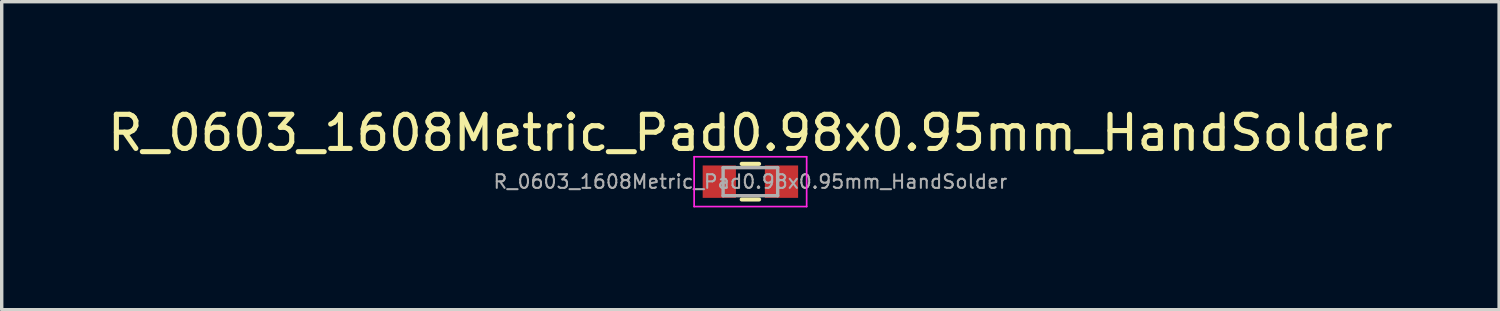
<source format=kicad_pcb>
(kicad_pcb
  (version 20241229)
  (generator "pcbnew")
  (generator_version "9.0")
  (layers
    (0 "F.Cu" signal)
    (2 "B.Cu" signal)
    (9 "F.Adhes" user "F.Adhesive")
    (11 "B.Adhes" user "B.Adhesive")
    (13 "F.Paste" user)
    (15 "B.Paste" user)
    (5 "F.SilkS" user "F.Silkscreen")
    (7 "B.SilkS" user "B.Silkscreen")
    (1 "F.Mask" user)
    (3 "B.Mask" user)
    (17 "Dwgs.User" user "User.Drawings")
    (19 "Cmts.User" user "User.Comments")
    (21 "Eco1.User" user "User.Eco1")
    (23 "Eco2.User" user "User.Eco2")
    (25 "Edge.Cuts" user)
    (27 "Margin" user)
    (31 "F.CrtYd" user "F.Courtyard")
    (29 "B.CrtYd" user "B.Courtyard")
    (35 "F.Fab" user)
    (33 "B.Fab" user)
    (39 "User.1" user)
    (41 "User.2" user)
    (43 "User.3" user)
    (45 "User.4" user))
  (footprint "R_0603_1608Metric_Pad0.98x0.95mm_HandSolder"
    (layer "F.Cu")
    (at 18.958 2.278)
    (property "Reference" "R_0603_1608Metric_Pad0.98x0.95mm_HandSolder" (at 0 -1.43 0) (layer "F.SilkS") (effects (font (size 1 1) (thickness 0.15))))
    (attr smd)
    (fp_line (start -0.255 -0.522) (end 0.255 -0.522) (stroke (width 0.12) (type solid)) (layer "F.SilkS"))
    (fp_line (start -0.255 0.522) (end 0.255 0.522) (stroke (width 0.12) (type solid)) (layer "F.SilkS"))
    (fp_line (start -1.65 -0.73) (end 1.65 -0.73) (stroke (width 0.05) (type solid)) (layer "F.CrtYd"))
    (fp_line (start -1.65 0.73) (end -1.65 -0.73) (stroke (width 0.05) (type solid)) (layer "F.CrtYd"))
    (fp_line (start 1.65 -0.73) (end 1.65 0.73) (stroke (width 0.05) (type solid)) (layer "F.CrtYd"))
    (fp_line (start 1.65 0.73) (end -1.65 0.73) (stroke (width 0.05) (type solid)) (layer "F.CrtYd"))
    (fp_line (start -0.8 -0.412) (end 0.8 -0.412) (stroke (width 0.1) (type solid)) (layer "F.Fab"))
    (fp_line (start -0.8 0.412) (end -0.8 -0.412) (stroke (width 0.1) (type solid)) (layer "F.Fab"))
    (fp_line (start 0.8 -0.412) (end 0.8 0.412) (stroke (width 0.1) (type solid)) (layer "F.Fab"))
    (fp_line (start 0.8 0.412) (end -0.8 0.412) (stroke (width 0.1) (type solid)) (layer "F.Fab"))
    (fp_text user "${REFERENCE}" (at 0 0 0) (layer "F.Fab") (effects (font (size 0.4 0.4) (thickness 0.06))))
    (pad "1" smd rect (at -0.912 0) (size 0.975 0.95) (layers "F.Cu" "F.Mask" "F.Paste"))
    (pad "2" smd rect (at 0.912 0) (size 0.975 0.95) (layers "F.Cu" "F.Mask" "F.Paste")))
  (gr_rect
    (start -3 -3)
    (end 40.917 6.033)
    (stroke (width 0.1) (type default))
    (fill no)
    (layer "Edge.Cuts")))
</source>
